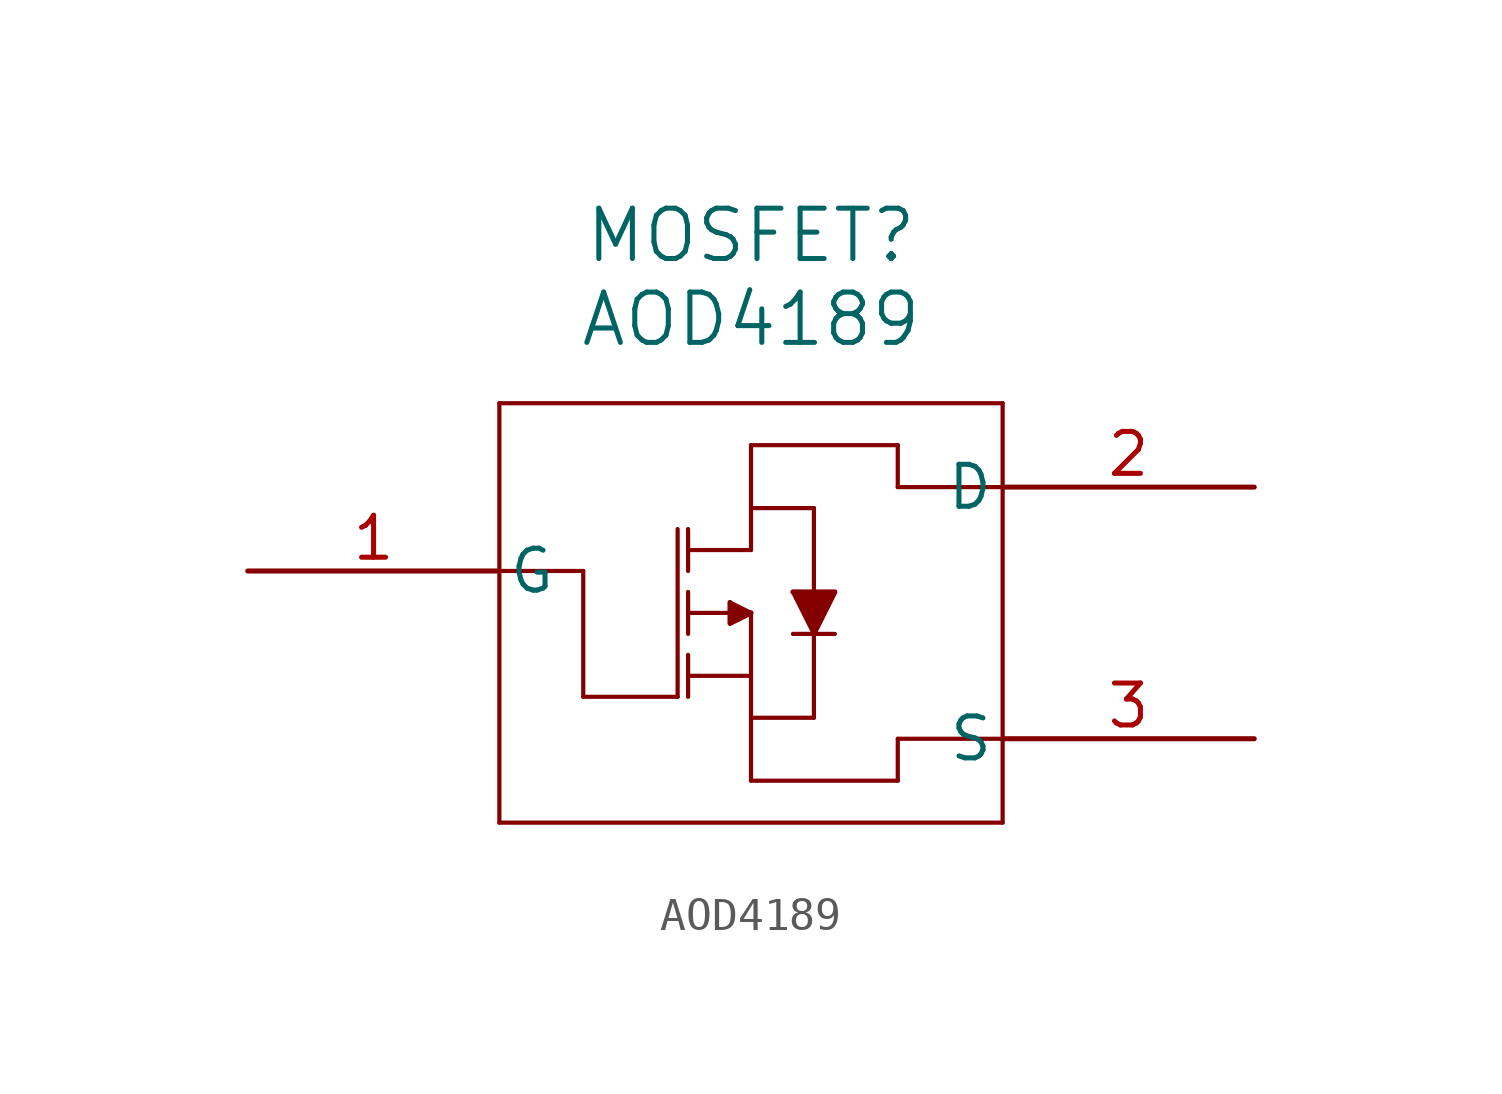
<source format=kicad_sym>
(kicad_symbol_lib
  (version 20211014)
  (generator kicad_symbol_editor)
  (symbol "AOD4189"
    (pin_names
      (offset 0.254))
    (property "Reference" "MOSFET"
      (at 15.24 10.16 0)
      (effects (font (size 1.524 1.524))))
    (property "Value" "AOD4189"
      (at 15.24 7.62 0)
      (effects (font (size 1.524 1.524))))
    (symbol "AOD4189_0_1"
      (polyline (pts (xy 22.86 -7.62) (xy 22.86 5.08)) (stroke (width 0.127) (type default) (color 0 0 0 0)) (fill (type none)))
      (polyline (pts (xy 7.62 5.08) (xy 7.62 -7.62)) (stroke (width 0.127) (type default) (color 0 0 0 0)) (fill (type none)))
      (polyline (pts (xy 7.62 -7.62) (xy 22.86 -7.62)) (stroke (width 0.127) (type default) (color 0 0 0 0)) (fill (type none)))
      (polyline (pts (xy 22.86 5.08) (xy 7.62 5.08)) (stroke (width 0.127) (type default) (color 0 0 0 0)) (fill (type none)))
      (polyline (pts (xy 15.24 -1.27) (xy 13.335 -1.27)) (stroke (width 0.127) (type default) (color 0 0 0 0)) (fill (type none)))
      (polyline (pts (xy 13.335 -0.635) (xy 13.335 -1.905)) (stroke (width 0.127) (type default) (color 0 0 0 0)) (fill (type none)))
      (polyline (pts (xy 13.335 0) (xy 13.335 1.27)) (stroke (width 0.127) (type default) (color 0 0 0 0)) (fill (type none)))
      (polyline (pts (xy 13.335 -2.54) (xy 13.335 -3.81)) (stroke (width 0.127) (type default) (color 0 0 0 0)) (fill (type none)))
      (polyline (pts (xy 13.335 -3.175) (xy 15.24 -3.175)) (stroke (width 0.127) (type default) (color 0 0 0 0)) (fill (type none)))
      (polyline (pts (xy 13.335 0.635) (xy 15.24 0.635)) (stroke (width 0.127) (type default) (color 0 0 0 0)) (fill (type none)))
      (polyline (pts (xy 15.24 0.635) (xy 15.24 3.81)) (stroke (width 0.127) (type default) (color 0 0 0 0)) (fill (type none)))
      (polyline (pts (xy 15.24 -1.27) (xy 15.24 -6.35)) (stroke (width 0.127) (type default) (color 0 0 0 0)) (fill (type none)))
      (polyline (pts (xy 15.24 -4.445) (xy 17.145 -4.445)) (stroke (width 0.127) (type default) (color 0 0 0 0)) (fill (type none)))
      (polyline (pts (xy 15.24 1.905) (xy 17.145 1.905)) (stroke (width 0.127) (type default) (color 0 0 0 0)) (fill (type none)))
      (polyline (pts (xy 17.145 1.905) (xy 17.145 -4.445)) (stroke (width 0.127) (type default) (color 0 0 0 0)) (fill (type none)))
      (polyline (pts (xy 16.51 -0.635) (xy 17.78 -0.635)) (stroke (width 0.127) (type default) (color 0 0 0 0)) (fill (type none)))
      (polyline (pts (xy 17.78 -0.635) (xy 17.145 -1.905)) (stroke (width 0.127) (type default) (color 0 0 0 0)) (fill (type none)))
      (polyline (pts (xy 16.51 -0.635) (xy 17.145 -1.905)) (stroke (width 0.127) (type default) (color 0 0 0 0)) (fill (type none)))
      (polyline (pts (xy 16.51 -1.905) (xy 17.78 -1.905)) (stroke (width 0.127) (type default) (color 0 0 0 0)) (fill (type none)))
      (polyline (pts (xy 15.24 -1.27) (xy 14.605 -0.953)) (stroke (width 0.127) (type default) (color 0 0 0 0)) (fill (type none)))
      (polyline (pts (xy 15.24 -1.27) (xy 14.605 -1.587)) (stroke (width 0.127) (type default) (color 0 0 0 0)) (fill (type none)))
      (polyline (pts (xy 14.605 -0.953) (xy 14.605 -1.587)) (stroke (width 0.127) (type default) (color 0 0 0 0)) (fill (type none)))
      (polyline (pts (xy 14.605 -0.953) (xy 14.605 -1.587) (xy 15.24 -1.27)) (stroke (width 0) (type default) (color 0 0 0 0)) (fill (type outline)))
      (polyline (pts (xy 16.51 -0.635) (xy 17.78 -0.635) (xy 17.145 -1.905)) (stroke (width 0) (type default) (color 0 0 0 0)) (fill (type outline)))
      (polyline (pts (xy 13.018 1.27) (xy 13.018 -3.81)) (stroke (width 0.127) (type default) (color 0 0 0 0)) (fill (type none)))
      (polyline (pts (xy 13.018 -3.81) (xy 10.16 -3.81)) (stroke (width 0.127) (type default) (color 0 0 0 0)) (fill (type none)))
      (polyline (pts (xy 7.62 0) (xy 10.16 0)) (stroke (width 0.127) (type default) (color 0 0 0 0)) (fill (type none)))
      (polyline (pts (xy 10.16 0) (xy 10.16 -3.81)) (stroke (width 0.127) (type default) (color 0 0 0 0)) (fill (type none)))
      (polyline (pts (xy 22.86 2.54) (xy 19.685 2.54)) (stroke (width 0.127) (type default) (color 0 0 0 0)) (fill (type none)))
      (polyline (pts (xy 22.86 -5.08) (xy 19.685 -5.08)) (stroke (width 0.127) (type default) (color 0 0 0 0)) (fill (type none)))
      (polyline (pts (xy 19.685 -5.08) (xy 19.685 -6.35)) (stroke (width 0.127) (type default) (color 0 0 0 0)) (fill (type none)))
      (polyline (pts (xy 19.685 -6.35) (xy 15.24 -6.35)) (stroke (width 0.127) (type default) (color 0 0 0 0)) (fill (type none)))
      (polyline (pts (xy 15.24 3.81) (xy 19.685 3.81)) (stroke (width 0.127) (type default) (color 0 0 0 0)) (fill (type none)))
      (polyline (pts (xy 19.685 2.54) (xy 19.685 3.81)) (stroke (width 0.127) (type default) (color 0 0 0 0)) (fill (type none)))
      (pin unspecified line (at 0 0 0) (length 7.62) (name "G" (effects (font (size 1.27 1.27)))) (number "1" (effects (font (size 1.27 1.27)))))
      (pin unspecified line (at 30.48 2.54 180) (length 7.62) (name "D" (effects (font (size 1.27 1.27)))) (number "2" (effects (font (size 1.27 1.27)))))
      (pin unspecified line (at 30.48 -5.08 180) (length 7.62) (name "S" (effects (font (size 1.27 1.27)))) (number "3" (effects (font (size 1.27 1.27))))))))
</source>
